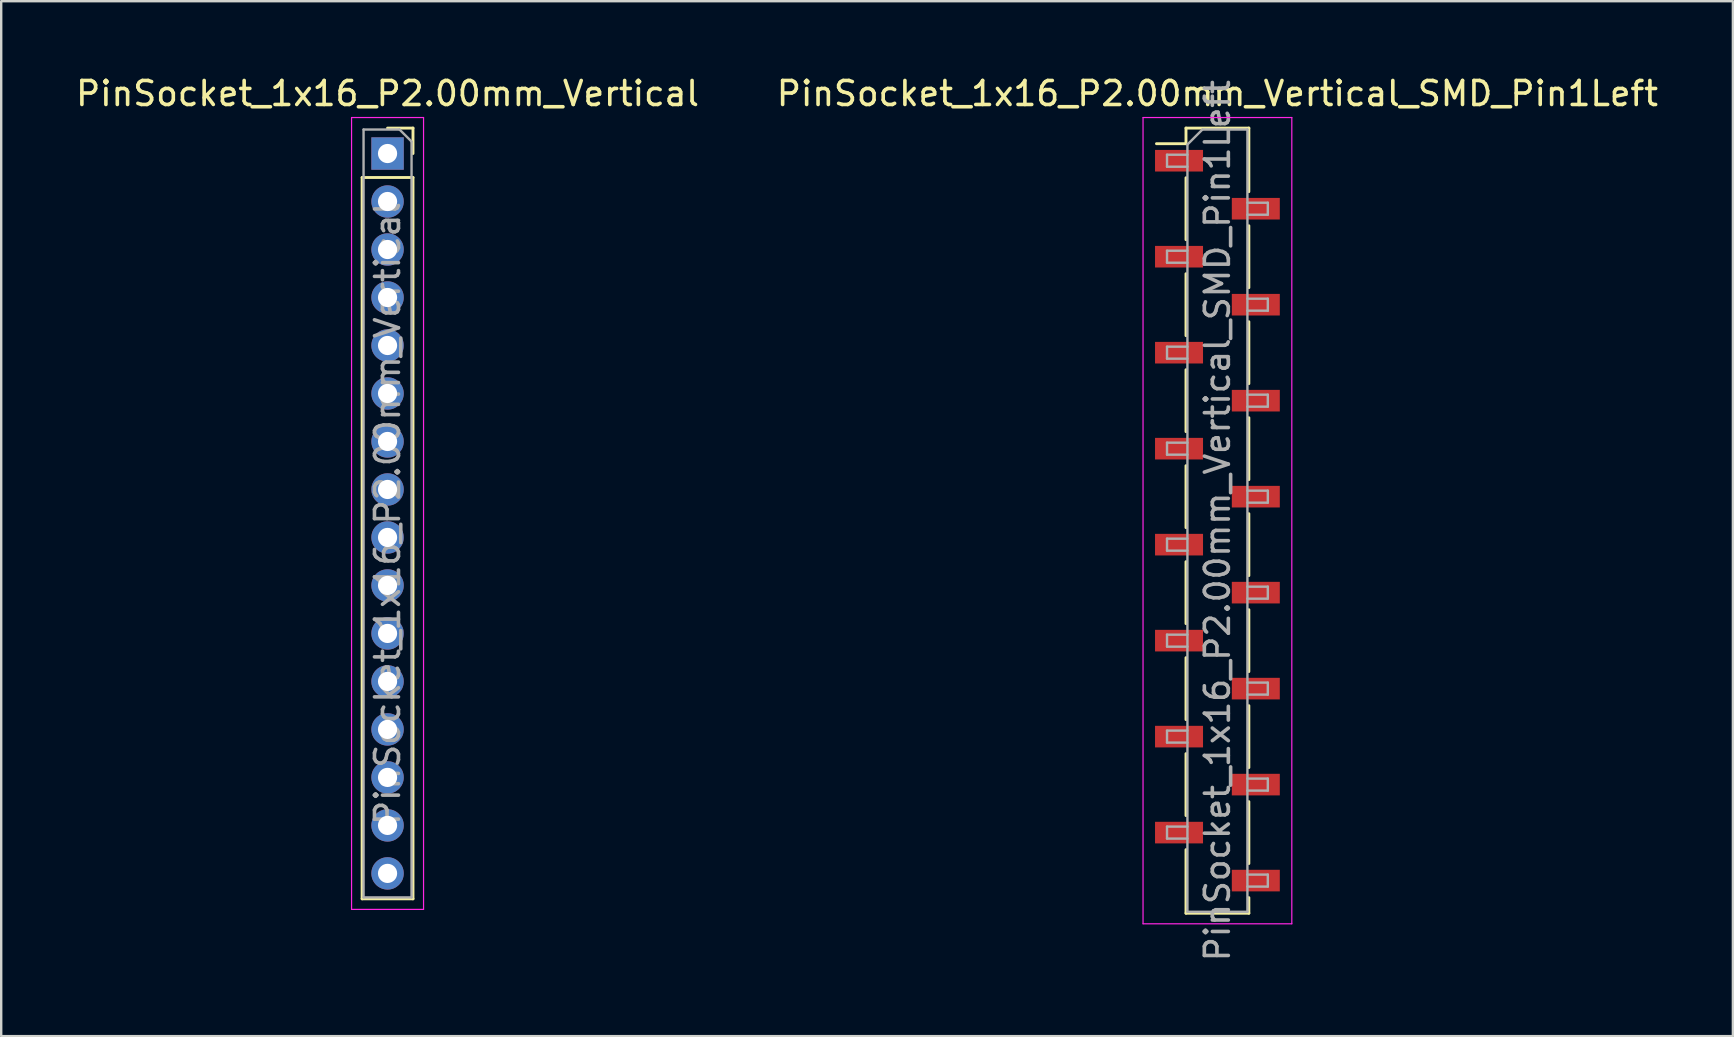
<source format=kicad_pcb>
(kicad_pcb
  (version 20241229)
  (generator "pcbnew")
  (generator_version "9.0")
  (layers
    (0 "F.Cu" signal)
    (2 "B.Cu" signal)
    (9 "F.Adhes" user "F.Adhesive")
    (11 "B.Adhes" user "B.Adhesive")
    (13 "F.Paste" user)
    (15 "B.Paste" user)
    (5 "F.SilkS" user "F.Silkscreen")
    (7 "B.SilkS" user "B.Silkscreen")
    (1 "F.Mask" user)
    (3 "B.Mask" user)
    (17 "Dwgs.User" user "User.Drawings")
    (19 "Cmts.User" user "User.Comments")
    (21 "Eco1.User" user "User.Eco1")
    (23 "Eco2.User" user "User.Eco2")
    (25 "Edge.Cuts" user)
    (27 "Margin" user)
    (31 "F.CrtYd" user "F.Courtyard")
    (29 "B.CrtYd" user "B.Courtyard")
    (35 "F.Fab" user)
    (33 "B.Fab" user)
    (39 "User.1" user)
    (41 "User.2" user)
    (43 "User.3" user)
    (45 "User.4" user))
  (footprint "PinSocket_1x16_P2.00mm_Vertical"
    (layer "F.Cu")
    (at 13.101 3.348)
    (property "Reference" "PinSocket_1x16_P2.00mm_Vertical" (at 0 -2.5 0) (layer "F.SilkS") (effects (font (size 1 1) (thickness 0.15))))
    (attr through_hole)
    (fp_line (start -1.06 1) (end -1.06 31.06) (stroke (width 0.12) (type solid)) (layer "F.SilkS"))
    (fp_line (start -1.06 1) (end 1.06 1) (stroke (width 0.12) (type solid)) (layer "F.SilkS"))
    (fp_line (start -1.06 31.06) (end 1.06 31.06) (stroke (width 0.12) (type solid)) (layer "F.SilkS"))
    (fp_line (start 0 -1.06) (end 1.06 -1.06) (stroke (width 0.12) (type solid)) (layer "F.SilkS"))
    (fp_line (start 1.06 -1.06) (end 1.06 0) (stroke (width 0.12) (type solid)) (layer "F.SilkS"))
    (fp_line (start 1.06 1) (end 1.06 31.06) (stroke (width 0.12) (type solid)) (layer "F.SilkS"))
    (fp_line (start -1.5 -1.5) (end 1.5 -1.5) (stroke (width 0.05) (type solid)) (layer "F.CrtYd"))
    (fp_line (start -1.5 31.5) (end -1.5 -1.5) (stroke (width 0.05) (type solid)) (layer "F.CrtYd"))
    (fp_line (start 1.5 -1.5) (end 1.5 31.5) (stroke (width 0.05) (type solid)) (layer "F.CrtYd"))
    (fp_line (start 1.5 31.5) (end -1.5 31.5) (stroke (width 0.05) (type solid)) (layer "F.CrtYd"))
    (fp_line (start -1 -1) (end 0.5 -1) (stroke (width 0.1) (type solid)) (layer "F.Fab"))
    (fp_line (start -1 31) (end -1 -1) (stroke (width 0.1) (type solid)) (layer "F.Fab"))
    (fp_line (start 0.5 -1) (end 1 -0.5) (stroke (width 0.1) (type solid)) (layer "F.Fab"))
    (fp_line (start 1 -0.5) (end 1 31) (stroke (width 0.1) (type solid)) (layer "F.Fab"))
    (fp_line (start 1 31) (end -1 31) (stroke (width 0.1) (type solid)) (layer "F.Fab"))
    (fp_text user "${REFERENCE}" (at 0 15 90) (layer "F.Fab") (effects (font (size 1 1) (thickness 0.15))))
    (pad "1" thru_hole rect (at 0 0) (size 1.35 1.35) (drill 0.8) (layers "*.Cu" "*.Mask"))
    (pad "2" thru_hole oval (at 0 2) (size 1.35 1.35) (drill 0.8) (layers "*.Cu" "*.Mask"))
    (pad "3" thru_hole oval (at 0 4) (size 1.35 1.35) (drill 0.8) (layers "*.Cu" "*.Mask"))
    (pad "4" thru_hole oval (at 0 6) (size 1.35 1.35) (drill 0.8) (layers "*.Cu" "*.Mask"))
    (pad "5" thru_hole oval (at 0 8) (size 1.35 1.35) (drill 0.8) (layers "*.Cu" "*.Mask"))
    (pad "6" thru_hole oval (at 0 10) (size 1.35 1.35) (drill 0.8) (layers "*.Cu" "*.Mask"))
    (pad "7" thru_hole oval (at 0 12) (size 1.35 1.35) (drill 0.8) (layers "*.Cu" "*.Mask"))
    (pad "8" thru_hole oval (at 0 14) (size 1.35 1.35) (drill 0.8) (layers "*.Cu" "*.Mask"))
    (pad "9" thru_hole oval (at 0 16) (size 1.35 1.35) (drill 0.8) (layers "*.Cu" "*.Mask"))
    (pad "10" thru_hole oval (at 0 18) (size 1.35 1.35) (drill 0.8) (layers "*.Cu" "*.Mask"))
    (pad "11" thru_hole oval (at 0 20) (size 1.35 1.35) (drill 0.8) (layers "*.Cu" "*.Mask"))
    (pad "12" thru_hole oval (at 0 22) (size 1.35 1.35) (drill 0.8) (layers "*.Cu" "*.Mask"))
    (pad "13" thru_hole oval (at 0 24) (size 1.35 1.35) (drill 0.8) (layers "*.Cu" "*.Mask"))
    (pad "14" thru_hole oval (at 0 26) (size 1.35 1.35) (drill 0.8) (layers "*.Cu" "*.Mask"))
    (pad "15" thru_hole oval (at 0 28) (size 1.35 1.35) (drill 0.8) (layers "*.Cu" "*.Mask"))
    (pad "16" thru_hole oval (at 0 30) (size 1.35 1.35) (drill 0.8) (layers "*.Cu" "*.Mask")))
  (footprint "PinSocket_1x16_P2.00mm_Vertical_SMD_Pin1Left"
    (layer "F.Cu")
    (at 47.685 18.648)
    (property "Reference" "PinSocket_1x16_P2.00mm_Vertical_SMD_Pin1Left" (at 0 -17.8 0) (layer "F.SilkS") (effects (font (size 1 1) (thickness 0.15))))
    (attr smd)
    (fp_line (start -2.54 -15.71) (end -1.31 -15.71) (stroke (width 0.12) (type solid)) (layer "F.SilkS"))
    (fp_line (start -1.31 -16.36) (end -1.31 -15.71) (stroke (width 0.12) (type solid)) (layer "F.SilkS"))
    (fp_line (start -1.31 -16.36) (end 1.31 -16.36) (stroke (width 0.12) (type solid)) (layer "F.SilkS"))
    (fp_line (start -1.31 -14.29) (end -1.31 -11.71) (stroke (width 0.12) (type solid)) (layer "F.SilkS"))
    (fp_line (start -1.31 -10.29) (end -1.31 -7.71) (stroke (width 0.12) (type solid)) (layer "F.SilkS"))
    (fp_line (start -1.31 -6.29) (end -1.31 -3.71) (stroke (width 0.12) (type solid)) (layer "F.SilkS"))
    (fp_line (start -1.31 -2.29) (end -1.31 0.29) (stroke (width 0.12) (type solid)) (layer "F.SilkS"))
    (fp_line (start -1.31 1.71) (end -1.31 4.29) (stroke (width 0.12) (type solid)) (layer "F.SilkS"))
    (fp_line (start -1.31 5.71) (end -1.31 8.29) (stroke (width 0.12) (type solid)) (layer "F.SilkS"))
    (fp_line (start -1.31 9.71) (end -1.31 12.29) (stroke (width 0.12) (type solid)) (layer "F.SilkS"))
    (fp_line (start -1.31 13.71) (end -1.31 16.36) (stroke (width 0.12) (type solid)) (layer "F.SilkS"))
    (fp_line (start -1.31 16.36) (end 1.31 16.36) (stroke (width 0.12) (type solid)) (layer "F.SilkS"))
    (fp_line (start 1.31 -16.36) (end 1.31 -13.71) (stroke (width 0.12) (type solid)) (layer "F.SilkS"))
    (fp_line (start 1.31 -12.29) (end 1.31 -9.71) (stroke (width 0.12) (type solid)) (layer "F.SilkS"))
    (fp_line (start 1.31 -8.29) (end 1.31 -5.71) (stroke (width 0.12) (type solid)) (layer "F.SilkS"))
    (fp_line (start 1.31 -4.29) (end 1.31 -1.71) (stroke (width 0.12) (type solid)) (layer "F.SilkS"))
    (fp_line (start 1.31 -0.29) (end 1.31 2.29) (stroke (width 0.12) (type solid)) (layer "F.SilkS"))
    (fp_line (start 1.31 3.71) (end 1.31 6.29) (stroke (width 0.12) (type solid)) (layer "F.SilkS"))
    (fp_line (start 1.31 7.71) (end 1.31 10.29) (stroke (width 0.12) (type solid)) (layer "F.SilkS"))
    (fp_line (start 1.31 11.71) (end 1.31 14.29) (stroke (width 0.12) (type solid)) (layer "F.SilkS"))
    (fp_line (start 1.31 15.71) (end 1.31 16.36) (stroke (width 0.12) (type solid)) (layer "F.SilkS"))
    (fp_line (start -3.1 -16.8) (end 3.1 -16.8) (stroke (width 0.05) (type solid)) (layer "F.CrtYd"))
    (fp_line (start -3.1 16.8) (end -3.1 -16.8) (stroke (width 0.05) (type solid)) (layer "F.CrtYd"))
    (fp_line (start 3.1 -16.8) (end 3.1 16.8) (stroke (width 0.05) (type solid)) (layer "F.CrtYd"))
    (fp_line (start 3.1 16.8) (end -3.1 16.8) (stroke (width 0.05) (type solid)) (layer "F.CrtYd"))
    (fp_line (start -2.1 -15.25) (end -1.25 -15.25) (stroke (width 0.1) (type solid)) (layer "F.Fab"))
    (fp_line (start -2.1 -14.75) (end -2.1 -15.25) (stroke (width 0.1) (type solid)) (layer "F.Fab"))
    (fp_line (start -2.1 -11.25) (end -1.25 -11.25) (stroke (width 0.1) (type solid)) (layer "F.Fab"))
    (fp_line (start -2.1 -10.75) (end -2.1 -11.25) (stroke (width 0.1) (type solid)) (layer "F.Fab"))
    (fp_line (start -2.1 -7.25) (end -1.25 -7.25) (stroke (width 0.1) (type solid)) (layer "F.Fab"))
    (fp_line (start -2.1 -6.75) (end -2.1 -7.25) (stroke (width 0.1) (type solid)) (layer "F.Fab"))
    (fp_line (start -2.1 -3.25) (end -1.25 -3.25) (stroke (width 0.1) (type solid)) (layer "F.Fab"))
    (fp_line (start -2.1 -2.75) (end -2.1 -3.25) (stroke (width 0.1) (type solid)) (layer "F.Fab"))
    (fp_line (start -2.1 0.75) (end -1.25 0.75) (stroke (width 0.1) (type solid)) (layer "F.Fab"))
    (fp_line (start -2.1 1.25) (end -2.1 0.75) (stroke (width 0.1) (type solid)) (layer "F.Fab"))
    (fp_line (start -2.1 4.75) (end -1.25 4.75) (stroke (width 0.1) (type solid)) (layer "F.Fab"))
    (fp_line (start -2.1 5.25) (end -2.1 4.75) (stroke (width 0.1) (type solid)) (layer "F.Fab"))
    (fp_line (start -2.1 8.75) (end -1.25 8.75) (stroke (width 0.1) (type solid)) (layer "F.Fab"))
    (fp_line (start -2.1 9.25) (end -2.1 8.75) (stroke (width 0.1) (type solid)) (layer "F.Fab"))
    (fp_line (start -2.1 12.75) (end -1.25 12.75) (stroke (width 0.1) (type solid)) (layer "F.Fab"))
    (fp_line (start -2.1 13.25) (end -2.1 12.75) (stroke (width 0.1) (type solid)) (layer "F.Fab"))
    (fp_line (start -1.25 -15.675) (end -0.625 -16.3) (stroke (width 0.1) (type solid)) (layer "F.Fab"))
    (fp_line (start -1.25 -14.75) (end -2.1 -14.75) (stroke (width 0.1) (type solid)) (layer "F.Fab"))
    (fp_line (start -1.25 -10.75) (end -2.1 -10.75) (stroke (width 0.1) (type solid)) (layer "F.Fab"))
    (fp_line (start -1.25 -6.75) (end -2.1 -6.75) (stroke (width 0.1) (type solid)) (layer "F.Fab"))
    (fp_line (start -1.25 -2.75) (end -2.1 -2.75) (stroke (width 0.1) (type solid)) (layer "F.Fab"))
    (fp_line (start -1.25 1.25) (end -2.1 1.25) (stroke (width 0.1) (type solid)) (layer "F.Fab"))
    (fp_line (start -1.25 5.25) (end -2.1 5.25) (stroke (width 0.1) (type solid)) (layer "F.Fab"))
    (fp_line (start -1.25 9.25) (end -2.1 9.25) (stroke (width 0.1) (type solid)) (layer "F.Fab"))
    (fp_line (start -1.25 13.25) (end -2.1 13.25) (stroke (width 0.1) (type solid)) (layer "F.Fab"))
    (fp_line (start -1.25 16.3) (end -1.25 -15.675) (stroke (width 0.1) (type solid)) (layer "F.Fab"))
    (fp_line (start -0.625 -16.3) (end 1.25 -16.3) (stroke (width 0.1) (type solid)) (layer "F.Fab"))
    (fp_line (start 1.25 -16.3) (end 1.25 16.3) (stroke (width 0.1) (type solid)) (layer "F.Fab"))
    (fp_line (start 1.25 -13.25) (end 2.1 -13.25) (stroke (width 0.1) (type solid)) (layer "F.Fab"))
    (fp_line (start 1.25 -9.25) (end 2.1 -9.25) (stroke (width 0.1) (type solid)) (layer "F.Fab"))
    (fp_line (start 1.25 -5.25) (end 2.1 -5.25) (stroke (width 0.1) (type solid)) (layer "F.Fab"))
    (fp_line (start 1.25 -1.25) (end 2.1 -1.25) (stroke (width 0.1) (type solid)) (layer "F.Fab"))
    (fp_line (start 1.25 2.75) (end 2.1 2.75) (stroke (width 0.1) (type solid)) (layer "F.Fab"))
    (fp_line (start 1.25 6.75) (end 2.1 6.75) (stroke (width 0.1) (type solid)) (layer "F.Fab"))
    (fp_line (start 1.25 10.75) (end 2.1 10.75) (stroke (width 0.1) (type solid)) (layer "F.Fab"))
    (fp_line (start 1.25 14.75) (end 2.1 14.75) (stroke (width 0.1) (type solid)) (layer "F.Fab"))
    (fp_line (start 1.25 16.3) (end -1.25 16.3) (stroke (width 0.1) (type solid)) (layer "F.Fab"))
    (fp_line (start 2.1 -13.25) (end 2.1 -12.75) (stroke (width 0.1) (type solid)) (layer "F.Fab"))
    (fp_line (start 2.1 -12.75) (end 1.25 -12.75) (stroke (width 0.1) (type solid)) (layer "F.Fab"))
    (fp_line (start 2.1 -9.25) (end 2.1 -8.75) (stroke (width 0.1) (type solid)) (layer "F.Fab"))
    (fp_line (start 2.1 -8.75) (end 1.25 -8.75) (stroke (width 0.1) (type solid)) (layer "F.Fab"))
    (fp_line (start 2.1 -5.25) (end 2.1 -4.75) (stroke (width 0.1) (type solid)) (layer "F.Fab"))
    (fp_line (start 2.1 -4.75) (end 1.25 -4.75) (stroke (width 0.1) (type solid)) (layer "F.Fab"))
    (fp_line (start 2.1 -1.25) (end 2.1 -0.75) (stroke (width 0.1) (type solid)) (layer "F.Fab"))
    (fp_line (start 2.1 -0.75) (end 1.25 -0.75) (stroke (width 0.1) (type solid)) (layer "F.Fab"))
    (fp_line (start 2.1 2.75) (end 2.1 3.25) (stroke (width 0.1) (type solid)) (layer "F.Fab"))
    (fp_line (start 2.1 3.25) (end 1.25 3.25) (stroke (width 0.1) (type solid)) (layer "F.Fab"))
    (fp_line (start 2.1 6.75) (end 2.1 7.25) (stroke (width 0.1) (type solid)) (layer "F.Fab"))
    (fp_line (start 2.1 7.25) (end 1.25 7.25) (stroke (width 0.1) (type solid)) (layer "F.Fab"))
    (fp_line (start 2.1 10.75) (end 2.1 11.25) (stroke (width 0.1) (type solid)) (layer "F.Fab"))
    (fp_line (start 2.1 11.25) (end 1.25 11.25) (stroke (width 0.1) (type solid)) (layer "F.Fab"))
    (fp_line (start 2.1 14.75) (end 2.1 15.25) (stroke (width 0.1) (type solid)) (layer "F.Fab"))
    (fp_line (start 2.1 15.25) (end 1.25 15.25) (stroke (width 0.1) (type solid)) (layer "F.Fab"))
    (fp_text user "${REFERENCE}" (at 0 0 90) (layer "F.Fab") (effects (font (size 1 1) (thickness 0.15))))
    (pad "1" smd rect (at -1.6 -15) (size 2 0.9) (layers "F.Cu" "F.Mask" "F.Paste"))
    (pad "2" smd rect (at 1.6 -13) (size 2 0.9) (layers "F.Cu" "F.Mask" "F.Paste"))
    (pad "3" smd rect (at -1.6 -11) (size 2 0.9) (layers "F.Cu" "F.Mask" "F.Paste"))
    (pad "4" smd rect (at 1.6 -9) (size 2 0.9) (layers "F.Cu" "F.Mask" "F.Paste"))
    (pad "5" smd rect (at -1.6 -7) (size 2 0.9) (layers "F.Cu" "F.Mask" "F.Paste"))
    (pad "6" smd rect (at 1.6 -5) (size 2 0.9) (layers "F.Cu" "F.Mask" "F.Paste"))
    (pad "7" smd rect (at -1.6 -3) (size 2 0.9) (layers "F.Cu" "F.Mask" "F.Paste"))
    (pad "8" smd rect (at 1.6 -1) (size 2 0.9) (layers "F.Cu" "F.Mask" "F.Paste"))
    (pad "9" smd rect (at -1.6 1) (size 2 0.9) (layers "F.Cu" "F.Mask" "F.Paste"))
    (pad "10" smd rect (at 1.6 3) (size 2 0.9) (layers "F.Cu" "F.Mask" "F.Paste"))
    (pad "11" smd rect (at -1.6 5) (size 2 0.9) (layers "F.Cu" "F.Mask" "F.Paste"))
    (pad "12" smd rect (at 1.6 7) (size 2 0.9) (layers "F.Cu" "F.Mask" "F.Paste"))
    (pad "13" smd rect (at -1.6 9) (size 2 0.9) (layers "F.Cu" "F.Mask" "F.Paste"))
    (pad "14" smd rect (at 1.6 11) (size 2 0.9) (layers "F.Cu" "F.Mask" "F.Paste"))
    (pad "15" smd rect (at -1.6 13) (size 2 0.9) (layers "F.Cu" "F.Mask" "F.Paste"))
    (pad "16" smd rect (at 1.6 15) (size 2 0.9) (layers "F.Cu" "F.Mask" "F.Paste")))
  (gr_rect
    (start -3 -3)
    (end 69.167 40.13)
    (stroke (width 0.1) (type default))
    (fill no)
    (layer "Edge.Cuts")))
</source>
